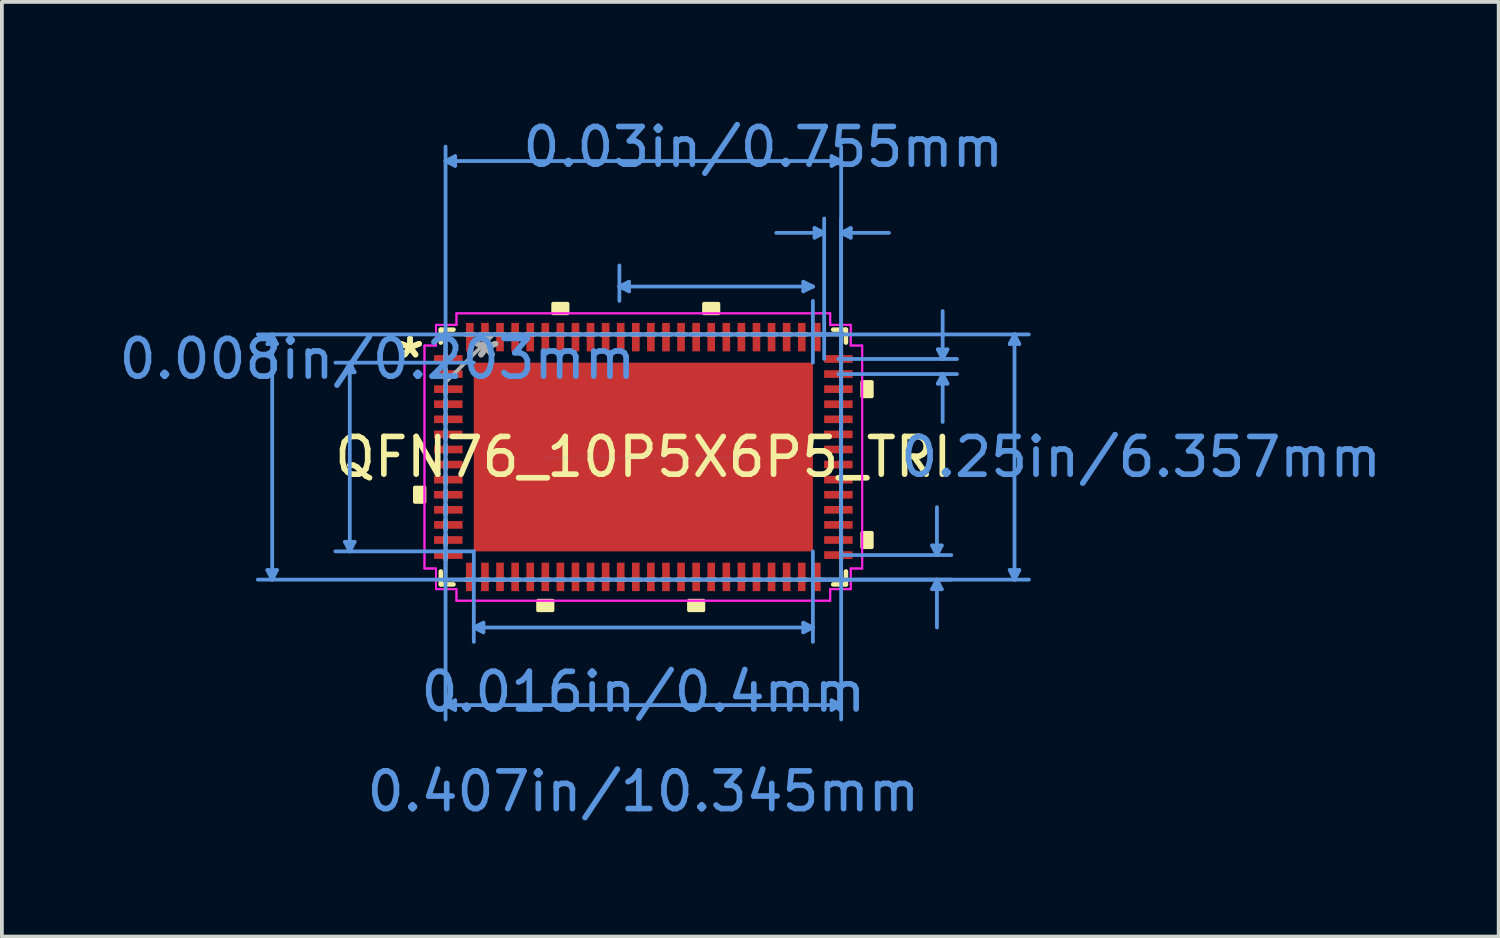
<source format=kicad_pcb>
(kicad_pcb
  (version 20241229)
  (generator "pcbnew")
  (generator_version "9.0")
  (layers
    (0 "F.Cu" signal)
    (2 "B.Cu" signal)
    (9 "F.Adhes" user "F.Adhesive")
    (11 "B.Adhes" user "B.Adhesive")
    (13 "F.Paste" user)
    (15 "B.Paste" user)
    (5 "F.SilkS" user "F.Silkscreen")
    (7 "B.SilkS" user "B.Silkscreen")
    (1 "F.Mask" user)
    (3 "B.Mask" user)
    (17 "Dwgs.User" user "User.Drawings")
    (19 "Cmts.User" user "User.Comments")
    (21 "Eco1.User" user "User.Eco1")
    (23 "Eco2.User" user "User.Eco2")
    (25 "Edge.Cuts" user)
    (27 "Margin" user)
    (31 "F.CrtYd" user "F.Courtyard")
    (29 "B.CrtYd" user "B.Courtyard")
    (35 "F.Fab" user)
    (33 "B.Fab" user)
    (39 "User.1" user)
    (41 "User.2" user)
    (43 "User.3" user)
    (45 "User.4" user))
  (footprint "QFN76_10P5X6P5_TRI"
    (layer "F.Cu")
    (at 14.01 9.069)
    (property "Reference" "QFN76_10P5X6P5_TRI" (at 0 0 0) (layer "F.SilkS") (effects (font (size 1 1) (thickness 0.15))))
    (attr through_hole)
    (fp_line (start -5.372 -3.378) (end -5.372 -3.034) (stroke (width 0.12) (type solid)) (layer "F.SilkS"))
    (fp_line (start -5.372 3.034) (end -5.372 3.378) (stroke (width 0.12) (type solid)) (layer "F.SilkS"))
    (fp_line (start -5.372 3.378) (end -5.034 3.378) (stroke (width 0.12) (type solid)) (layer "F.SilkS"))
    (fp_line (start -5.034 -3.378) (end -5.372 -3.378) (stroke (width 0.12) (type solid)) (layer "F.SilkS"))
    (fp_line (start 5.034 3.378) (end 5.372 3.378) (stroke (width 0.12) (type solid)) (layer "F.SilkS"))
    (fp_line (start 5.372 -3.378) (end 5.034 -3.378) (stroke (width 0.12) (type solid)) (layer "F.SilkS"))
    (fp_line (start 5.372 -3.034) (end 5.372 -3.378) (stroke (width 0.12) (type solid)) (layer "F.SilkS"))
    (fp_line (start 5.372 3.378) (end 5.372 3.034) (stroke (width 0.12) (type solid)) (layer "F.SilkS"))
    (fp_poly (pts (xy -6.058 0.81) (xy -6.058 1.191) (xy -5.804 1.191) (xy -5.804 0.81)) (stroke (width 0.1) (type solid)) (fill yes) (layer "F.SilkS"))
    (fp_poly (pts (xy -2.791 3.81) (xy -2.791 4.064) (xy -2.409 4.064) (xy -2.409 3.81)) (stroke (width 0.1) (type solid)) (fill yes) (layer "F.SilkS"))
    (fp_poly (pts (xy -2.391 -3.81) (xy -2.391 -4.064) (xy -2.01 -4.064) (xy -2.01 -3.81)) (stroke (width 0.1) (type solid)) (fill yes) (layer "F.SilkS"))
    (fp_poly (pts (xy 1.21 3.81) (xy 1.21 4.064) (xy 1.591 4.064) (xy 1.591 3.81)) (stroke (width 0.1) (type solid)) (fill yes) (layer "F.SilkS"))
    (fp_poly (pts (xy 1.609 -3.81) (xy 1.609 -4.064) (xy 1.99 -4.064) (xy 1.99 -3.81)) (stroke (width 0.1) (type solid)) (fill yes) (layer "F.SilkS"))
    (fp_poly (pts (xy 6.058 -1.99) (xy 6.058 -1.609) (xy 5.804 -1.609) (xy 5.804 -1.99)) (stroke (width 0.1) (type solid)) (fill yes) (layer "F.SilkS"))
    (fp_poly (pts (xy 6.058 2.01) (xy 6.058 2.391) (xy 5.804 2.391) (xy 5.804 2.01)) (stroke (width 0.1) (type solid)) (fill yes) (layer "F.SilkS"))
    (fp_line (start -9.969 -2.997) (end -9.715 -2.997) (stroke (width 0.1) (type solid)) (layer "Cmts.User"))
    (fp_line (start -9.969 2.997) (end -9.715 2.997) (stroke (width 0.1) (type solid)) (layer "Cmts.User"))
    (fp_line (start -9.842 -3.251) (end -9.969 -2.997) (stroke (width 0.1) (type solid)) (layer "Cmts.User"))
    (fp_line (start -9.842 -3.251) (end -9.842 3.251) (stroke (width 0.1) (type solid)) (layer "Cmts.User"))
    (fp_line (start -9.842 -3.251) (end -9.715 -2.997) (stroke (width 0.1) (type solid)) (layer "Cmts.User"))
    (fp_line (start -9.842 3.251) (end -9.969 2.997) (stroke (width 0.1) (type solid)) (layer "Cmts.User"))
    (fp_line (start -9.842 3.251) (end -9.715 2.997) (stroke (width 0.1) (type solid)) (layer "Cmts.User"))
    (fp_line (start -7.912 -2.248) (end -7.658 -2.248) (stroke (width 0.1) (type solid)) (layer "Cmts.User"))
    (fp_line (start -7.912 2.248) (end -7.658 2.248) (stroke (width 0.1) (type solid)) (layer "Cmts.User"))
    (fp_line (start -7.785 -2.502) (end -7.912 -2.248) (stroke (width 0.1) (type solid)) (layer "Cmts.User"))
    (fp_line (start -7.785 -2.502) (end -7.785 2.502) (stroke (width 0.1) (type solid)) (layer "Cmts.User"))
    (fp_line (start -7.785 -2.502) (end -7.658 -2.248) (stroke (width 0.1) (type solid)) (layer "Cmts.User"))
    (fp_line (start -7.785 2.502) (end -7.912 2.248) (stroke (width 0.1) (type solid)) (layer "Cmts.User"))
    (fp_line (start -7.785 2.502) (end -7.658 2.248) (stroke (width 0.1) (type solid)) (layer "Cmts.User"))
    (fp_line (start -5.245 -7.849) (end -4.991 -7.976) (stroke (width 0.1) (type solid)) (layer "Cmts.User"))
    (fp_line (start -5.245 -7.849) (end -4.991 -7.722) (stroke (width 0.1) (type solid)) (layer "Cmts.User"))
    (fp_line (start -5.245 -7.849) (end 5.245 -7.849) (stroke (width 0.1) (type solid)) (layer "Cmts.User"))
    (fp_line (start -5.245 -3.251) (end -5.245 6.96) (stroke (width 0.1) (type solid)) (layer "Cmts.User"))
    (fp_line (start -5.245 -2.6) (end -5.245 -8.23) (stroke (width 0.1) (type solid)) (layer "Cmts.User"))
    (fp_line (start -5.245 6.579) (end -4.991 6.452) (stroke (width 0.1) (type solid)) (layer "Cmts.User"))
    (fp_line (start -5.245 6.579) (end -4.991 6.706) (stroke (width 0.1) (type solid)) (layer "Cmts.User"))
    (fp_line (start -5.245 6.579) (end 5.245 6.579) (stroke (width 0.1) (type solid)) (layer "Cmts.User"))
    (fp_line (start -4.991 -7.976) (end -4.991 -7.722) (stroke (width 0.1) (type solid)) (layer "Cmts.User"))
    (fp_line (start -4.991 6.452) (end -4.991 6.706) (stroke (width 0.1) (type solid)) (layer "Cmts.User"))
    (fp_line (start -4.496 -2.502) (end -8.166 -2.502) (stroke (width 0.1) (type solid)) (layer "Cmts.User"))
    (fp_line (start -4.496 2.502) (end -8.166 2.502) (stroke (width 0.1) (type solid)) (layer "Cmts.User"))
    (fp_line (start -4.496 2.502) (end -4.496 4.902) (stroke (width 0.1) (type solid)) (layer "Cmts.User"))
    (fp_line (start -4.496 4.521) (end -4.242 4.394) (stroke (width 0.1) (type solid)) (layer "Cmts.User"))
    (fp_line (start -4.496 4.521) (end -4.242 4.648) (stroke (width 0.1) (type solid)) (layer "Cmts.User"))
    (fp_line (start -4.496 4.521) (end 4.496 4.521) (stroke (width 0.1) (type solid)) (layer "Cmts.User"))
    (fp_line (start -4.242 4.394) (end -4.242 4.648) (stroke (width 0.1) (type solid)) (layer "Cmts.User"))
    (fp_line (start -0.635 -5.08) (end -0.635 -4.14) (stroke (width 0.1) (type solid)) (layer "Cmts.User"))
    (fp_line (start -0.635 -4.521) (end -0.381 -4.648) (stroke (width 0.1) (type solid)) (layer "Cmts.User"))
    (fp_line (start -0.635 -4.521) (end -0.381 -4.394) (stroke (width 0.1) (type solid)) (layer "Cmts.User"))
    (fp_line (start -0.635 -4.521) (end 4.496 -4.521) (stroke (width 0.1) (type solid)) (layer "Cmts.User"))
    (fp_line (start -0.381 -4.648) (end -0.381 -4.394) (stroke (width 0.1) (type solid)) (layer "Cmts.User"))
    (fp_line (start 4.242 -4.648) (end 4.242 -4.394) (stroke (width 0.1) (type solid)) (layer "Cmts.User"))
    (fp_line (start 4.242 4.394) (end 4.242 4.648) (stroke (width 0.1) (type solid)) (layer "Cmts.User"))
    (fp_line (start 4.496 -4.521) (end 4.242 -4.648) (stroke (width 0.1) (type solid)) (layer "Cmts.User"))
    (fp_line (start 4.496 -4.521) (end 4.242 -4.394) (stroke (width 0.1) (type solid)) (layer "Cmts.User"))
    (fp_line (start 4.496 -2.502) (end 4.496 -4.14) (stroke (width 0.1) (type solid)) (layer "Cmts.User"))
    (fp_line (start 4.496 2.502) (end 4.496 4.902) (stroke (width 0.1) (type solid)) (layer "Cmts.User"))
    (fp_line (start 4.496 4.521) (end 4.242 4.394) (stroke (width 0.1) (type solid)) (layer "Cmts.User"))
    (fp_line (start 4.496 4.521) (end 4.242 4.648) (stroke (width 0.1) (type solid)) (layer "Cmts.User"))
    (fp_line (start 4.541 -6.071) (end 4.541 -5.817) (stroke (width 0.1) (type solid)) (layer "Cmts.User"))
    (fp_line (start 4.6 -3.251) (end 10.223 -3.251) (stroke (width 0.1) (type solid)) (layer "Cmts.User"))
    (fp_line (start 4.6 3.251) (end 8.166 3.251) (stroke (width 0.1) (type solid)) (layer "Cmts.User"))
    (fp_line (start 4.6 3.251) (end 10.223 3.251) (stroke (width 0.1) (type solid)) (layer "Cmts.User"))
    (fp_line (start 4.795 -5.944) (end 3.525 -5.944) (stroke (width 0.1) (type solid)) (layer "Cmts.User"))
    (fp_line (start 4.795 -5.944) (end 4.541 -6.071) (stroke (width 0.1) (type solid)) (layer "Cmts.User"))
    (fp_line (start 4.795 -5.944) (end 4.541 -5.817) (stroke (width 0.1) (type solid)) (layer "Cmts.User"))
    (fp_line (start 4.795 -2.6) (end 4.795 -6.325) (stroke (width 0.1) (type solid)) (layer "Cmts.User"))
    (fp_line (start 4.991 -7.976) (end 4.991 -7.722) (stroke (width 0.1) (type solid)) (layer "Cmts.User"))
    (fp_line (start 4.991 6.452) (end 4.991 6.706) (stroke (width 0.1) (type solid)) (layer "Cmts.User"))
    (fp_line (start 5.172 -2.6) (end 8.318 -2.6) (stroke (width 0.1) (type solid)) (layer "Cmts.User"))
    (fp_line (start 5.172 -2.2) (end 8.318 -2.2) (stroke (width 0.1) (type solid)) (layer "Cmts.User"))
    (fp_line (start 5.245 -7.849) (end 4.991 -7.976) (stroke (width 0.1) (type solid)) (layer "Cmts.User"))
    (fp_line (start 5.245 -7.849) (end 4.991 -7.722) (stroke (width 0.1) (type solid)) (layer "Cmts.User"))
    (fp_line (start 5.245 -5.944) (end 5.499 -6.071) (stroke (width 0.1) (type solid)) (layer "Cmts.User"))
    (fp_line (start 5.245 -5.944) (end 5.499 -5.817) (stroke (width 0.1) (type solid)) (layer "Cmts.User"))
    (fp_line (start 5.245 -5.944) (end 6.515 -5.944) (stroke (width 0.1) (type solid)) (layer "Cmts.User"))
    (fp_line (start 5.245 -3.251) (end -10.223 -3.251) (stroke (width 0.1) (type solid)) (layer "Cmts.User"))
    (fp_line (start 5.245 -3.251) (end 5.245 6.96) (stroke (width 0.1) (type solid)) (layer "Cmts.User"))
    (fp_line (start 5.245 -2.6) (end 5.245 -8.23) (stroke (width 0.1) (type solid)) (layer "Cmts.User"))
    (fp_line (start 5.245 -2.6) (end 5.245 -6.325) (stroke (width 0.1) (type solid)) (layer "Cmts.User"))
    (fp_line (start 5.245 2.6) (end 8.166 2.6) (stroke (width 0.1) (type solid)) (layer "Cmts.User"))
    (fp_line (start 5.245 3.251) (end -10.223 3.251) (stroke (width 0.1) (type solid)) (layer "Cmts.User"))
    (fp_line (start 5.245 6.579) (end 4.991 6.452) (stroke (width 0.1) (type solid)) (layer "Cmts.User"))
    (fp_line (start 5.245 6.579) (end 4.991 6.706) (stroke (width 0.1) (type solid)) (layer "Cmts.User"))
    (fp_line (start 5.499 -6.071) (end 5.499 -5.817) (stroke (width 0.1) (type solid)) (layer "Cmts.User"))
    (fp_line (start 7.658 2.346) (end 7.912 2.346) (stroke (width 0.1) (type solid)) (layer "Cmts.User"))
    (fp_line (start 7.658 3.505) (end 7.912 3.505) (stroke (width 0.1) (type solid)) (layer "Cmts.User"))
    (fp_line (start 7.785 2.6) (end 7.658 2.346) (stroke (width 0.1) (type solid)) (layer "Cmts.User"))
    (fp_line (start 7.785 2.6) (end 7.785 1.33) (stroke (width 0.1) (type solid)) (layer "Cmts.User"))
    (fp_line (start 7.785 2.6) (end 7.912 2.346) (stroke (width 0.1) (type solid)) (layer "Cmts.User"))
    (fp_line (start 7.785 3.251) (end 7.658 3.505) (stroke (width 0.1) (type solid)) (layer "Cmts.User"))
    (fp_line (start 7.785 3.251) (end 7.785 4.521) (stroke (width 0.1) (type solid)) (layer "Cmts.User"))
    (fp_line (start 7.785 3.251) (end 7.912 3.505) (stroke (width 0.1) (type solid)) (layer "Cmts.User"))
    (fp_line (start 7.81 -2.854) (end 8.064 -2.854) (stroke (width 0.1) (type solid)) (layer "Cmts.User"))
    (fp_line (start 7.81 -1.946) (end 8.064 -1.946) (stroke (width 0.1) (type solid)) (layer "Cmts.User"))
    (fp_line (start 7.937 -2.6) (end 7.81 -2.854) (stroke (width 0.1) (type solid)) (layer "Cmts.User"))
    (fp_line (start 7.937 -2.6) (end 7.937 -3.87) (stroke (width 0.1) (type solid)) (layer "Cmts.User"))
    (fp_line (start 7.937 -2.6) (end 8.064 -2.854) (stroke (width 0.1) (type solid)) (layer "Cmts.User"))
    (fp_line (start 7.937 -2.2) (end 7.81 -1.946) (stroke (width 0.1) (type solid)) (layer "Cmts.User"))
    (fp_line (start 7.937 -2.2) (end 7.937 -0.93) (stroke (width 0.1) (type solid)) (layer "Cmts.User"))
    (fp_line (start 7.937 -2.2) (end 8.064 -1.946) (stroke (width 0.1) (type solid)) (layer "Cmts.User"))
    (fp_line (start 9.715 -2.997) (end 9.969 -2.997) (stroke (width 0.1) (type solid)) (layer "Cmts.User"))
    (fp_line (start 9.715 2.997) (end 9.969 2.997) (stroke (width 0.1) (type solid)) (layer "Cmts.User"))
    (fp_line (start 9.842 -3.251) (end 9.715 -2.997) (stroke (width 0.1) (type solid)) (layer "Cmts.User"))
    (fp_line (start 9.842 -3.251) (end 9.842 3.251) (stroke (width 0.1) (type solid)) (layer "Cmts.User"))
    (fp_line (start 9.842 -3.251) (end 9.969 -2.997) (stroke (width 0.1) (type solid)) (layer "Cmts.User"))
    (fp_line (start 9.842 3.251) (end 9.715 2.997) (stroke (width 0.1) (type solid)) (layer "Cmts.User"))
    (fp_line (start 9.842 3.251) (end 9.969 2.997) (stroke (width 0.1) (type solid)) (layer "Cmts.User"))
    (fp_line (start -5.804 -2.956) (end -5.499 -2.956) (stroke (width 0.05) (type solid)) (layer "F.CrtYd"))
    (fp_line (start -5.804 -2.956) (end -5.499 -2.956) (stroke (width 0.05) (type solid)) (layer "F.CrtYd"))
    (fp_line (start -5.804 2.956) (end -5.804 -2.956) (stroke (width 0.05) (type solid)) (layer "F.CrtYd"))
    (fp_line (start -5.804 2.956) (end -5.804 -2.956) (stroke (width 0.05) (type solid)) (layer "F.CrtYd"))
    (fp_line (start -5.499 -3.505) (end -4.956 -3.505) (stroke (width 0.05) (type solid)) (layer "F.CrtYd"))
    (fp_line (start -5.499 -3.505) (end -4.956 -3.505) (stroke (width 0.05) (type solid)) (layer "F.CrtYd"))
    (fp_line (start -5.499 -2.956) (end -5.499 -3.505) (stroke (width 0.05) (type solid)) (layer "F.CrtYd"))
    (fp_line (start -5.499 -2.956) (end -5.499 -3.505) (stroke (width 0.05) (type solid)) (layer "F.CrtYd"))
    (fp_line (start -5.499 2.956) (end -5.804 2.956) (stroke (width 0.05) (type solid)) (layer "F.CrtYd"))
    (fp_line (start -5.499 2.956) (end -5.804 2.956) (stroke (width 0.05) (type solid)) (layer "F.CrtYd"))
    (fp_line (start -5.499 3.505) (end -5.499 2.956) (stroke (width 0.05) (type solid)) (layer "F.CrtYd"))
    (fp_line (start -5.499 3.505) (end -5.499 2.956) (stroke (width 0.05) (type solid)) (layer "F.CrtYd"))
    (fp_line (start -4.956 -3.81) (end 4.956 -3.81) (stroke (width 0.05) (type solid)) (layer "F.CrtYd"))
    (fp_line (start -4.956 -3.81) (end 4.956 -3.81) (stroke (width 0.05) (type solid)) (layer "F.CrtYd"))
    (fp_line (start -4.956 -3.505) (end -4.956 -3.81) (stroke (width 0.05) (type solid)) (layer "F.CrtYd"))
    (fp_line (start -4.956 -3.505) (end -4.956 -3.81) (stroke (width 0.05) (type solid)) (layer "F.CrtYd"))
    (fp_line (start -4.956 3.505) (end -5.499 3.505) (stroke (width 0.05) (type solid)) (layer "F.CrtYd"))
    (fp_line (start -4.956 3.505) (end -5.499 3.505) (stroke (width 0.05) (type solid)) (layer "F.CrtYd"))
    (fp_line (start -4.956 3.81) (end -4.956 3.505) (stroke (width 0.05) (type solid)) (layer "F.CrtYd"))
    (fp_line (start -4.956 3.81) (end -4.956 3.505) (stroke (width 0.05) (type solid)) (layer "F.CrtYd"))
    (fp_line (start 4.956 -3.81) (end 4.956 -3.505) (stroke (width 0.05) (type solid)) (layer "F.CrtYd"))
    (fp_line (start 4.956 -3.81) (end 4.956 -3.505) (stroke (width 0.05) (type solid)) (layer "F.CrtYd"))
    (fp_line (start 4.956 -3.505) (end 5.499 -3.505) (stroke (width 0.05) (type solid)) (layer "F.CrtYd"))
    (fp_line (start 4.956 -3.505) (end 5.499 -3.505) (stroke (width 0.05) (type solid)) (layer "F.CrtYd"))
    (fp_line (start 4.956 3.505) (end 4.956 3.81) (stroke (width 0.05) (type solid)) (layer "F.CrtYd"))
    (fp_line (start 4.956 3.505) (end 4.956 3.81) (stroke (width 0.05) (type solid)) (layer "F.CrtYd"))
    (fp_line (start 4.956 3.81) (end -4.956 3.81) (stroke (width 0.05) (type solid)) (layer "F.CrtYd"))
    (fp_line (start 4.956 3.81) (end -4.956 3.81) (stroke (width 0.05) (type solid)) (layer "F.CrtYd"))
    (fp_line (start 5.499 -3.505) (end 5.499 -2.956) (stroke (width 0.05) (type solid)) (layer "F.CrtYd"))
    (fp_line (start 5.499 -3.505) (end 5.499 -2.956) (stroke (width 0.05) (type solid)) (layer "F.CrtYd"))
    (fp_line (start 5.499 -2.956) (end 5.804 -2.956) (stroke (width 0.05) (type solid)) (layer "F.CrtYd"))
    (fp_line (start 5.499 -2.956) (end 5.804 -2.956) (stroke (width 0.05) (type solid)) (layer "F.CrtYd"))
    (fp_line (start 5.499 2.956) (end 5.499 3.505) (stroke (width 0.05) (type solid)) (layer "F.CrtYd"))
    (fp_line (start 5.499 2.956) (end 5.499 3.505) (stroke (width 0.05) (type solid)) (layer "F.CrtYd"))
    (fp_line (start 5.499 3.505) (end 4.956 3.505) (stroke (width 0.05) (type solid)) (layer "F.CrtYd"))
    (fp_line (start 5.499 3.505) (end 4.956 3.505) (stroke (width 0.05) (type solid)) (layer "F.CrtYd"))
    (fp_line (start 5.804 -2.956) (end 5.804 2.956) (stroke (width 0.05) (type solid)) (layer "F.CrtYd"))
    (fp_line (start 5.804 -2.956) (end 5.804 2.956) (stroke (width 0.05) (type solid)) (layer "F.CrtYd"))
    (fp_line (start 5.804 2.956) (end 5.499 2.956) (stroke (width 0.05) (type solid)) (layer "F.CrtYd"))
    (fp_line (start 5.804 2.956) (end 5.499 2.956) (stroke (width 0.05) (type solid)) (layer "F.CrtYd"))
    (fp_line (start -5.245 -3.251) (end -5.245 3.251) (stroke (width 0.1) (type solid)) (layer "F.Fab"))
    (fp_line (start -5.245 -2.727) (end -5.245 -2.727) (stroke (width 0.1) (type solid)) (layer "F.Fab"))
    (fp_line (start -5.245 -2.727) (end -5.245 -2.473) (stroke (width 0.1) (type solid)) (layer "F.Fab"))
    (fp_line (start -5.245 -2.473) (end -5.245 -2.727) (stroke (width 0.1) (type solid)) (layer "F.Fab"))
    (fp_line (start -5.245 -2.473) (end -5.245 -2.473) (stroke (width 0.1) (type solid)) (layer "F.Fab"))
    (fp_line (start -5.245 -2.327) (end -5.245 -2.327) (stroke (width 0.1) (type solid)) (layer "F.Fab"))
    (fp_line (start -5.245 -2.327) (end -5.245 -2.073) (stroke (width 0.1) (type solid)) (layer "F.Fab"))
    (fp_line (start -5.245 -2.073) (end -5.245 -2.327) (stroke (width 0.1) (type solid)) (layer "F.Fab"))
    (fp_line (start -5.245 -2.073) (end -5.245 -2.073) (stroke (width 0.1) (type solid)) (layer "F.Fab"))
    (fp_line (start -5.245 -1.981) (end -3.975 -3.251) (stroke (width 0.1) (type solid)) (layer "F.Fab"))
    (fp_line (start -5.245 -1.927) (end -5.245 -1.927) (stroke (width 0.1) (type solid)) (layer "F.Fab"))
    (fp_line (start -5.245 -1.927) (end -5.245 -1.673) (stroke (width 0.1) (type solid)) (layer "F.Fab"))
    (fp_line (start -5.245 -1.673) (end -5.245 -1.927) (stroke (width 0.1) (type solid)) (layer "F.Fab"))
    (fp_line (start -5.245 -1.673) (end -5.245 -1.673) (stroke (width 0.1) (type solid)) (layer "F.Fab"))
    (fp_line (start -5.245 -1.527) (end -5.245 -1.527) (stroke (width 0.1) (type solid)) (layer "F.Fab"))
    (fp_line (start -5.245 -1.527) (end -5.245 -1.273) (stroke (width 0.1) (type solid)) (layer "F.Fab"))
    (fp_line (start -5.245 -1.273) (end -5.245 -1.527) (stroke (width 0.1) (type solid)) (layer "F.Fab"))
    (fp_line (start -5.245 -1.273) (end -5.245 -1.273) (stroke (width 0.1) (type solid)) (layer "F.Fab"))
    (fp_line (start -5.245 -1.127) (end -5.245 -1.127) (stroke (width 0.1) (type solid)) (layer "F.Fab"))
    (fp_line (start -5.245 -1.127) (end -5.245 -0.873) (stroke (width 0.1) (type solid)) (layer "F.Fab"))
    (fp_line (start -5.245 -0.873) (end -5.245 -1.127) (stroke (width 0.1) (type solid)) (layer "F.Fab"))
    (fp_line (start -5.245 -0.873) (end -5.245 -0.873) (stroke (width 0.1) (type solid)) (layer "F.Fab"))
    (fp_line (start -5.245 -0.727) (end -5.245 -0.727) (stroke (width 0.1) (type solid)) (layer "F.Fab"))
    (fp_line (start -5.245 -0.727) (end -5.245 -0.473) (stroke (width 0.1) (type solid)) (layer "F.Fab"))
    (fp_line (start -5.245 -0.473) (end -5.245 -0.727) (stroke (width 0.1) (type solid)) (layer "F.Fab"))
    (fp_line (start -5.245 -0.473) (end -5.245 -0.473) (stroke (width 0.1) (type solid)) (layer "F.Fab"))
    (fp_line (start -5.245 -0.327) (end -5.245 -0.327) (stroke (width 0.1) (type solid)) (layer "F.Fab"))
    (fp_line (start -5.245 -0.327) (end -5.245 -0.073) (stroke (width 0.1) (type solid)) (layer "F.Fab"))
    (fp_line (start -5.245 -0.073) (end -5.245 -0.327) (stroke (width 0.1) (type solid)) (layer "F.Fab"))
    (fp_line (start -5.245 -0.073) (end -5.245 -0.073) (stroke (width 0.1) (type solid)) (layer "F.Fab"))
    (fp_line (start -5.245 0.073) (end -5.245 0.073) (stroke (width 0.1) (type solid)) (layer "F.Fab"))
    (fp_line (start -5.245 0.073) (end -5.245 0.327) (stroke (width 0.1) (type solid)) (layer "F.Fab"))
    (fp_line (start -5.245 0.327) (end -5.245 0.073) (stroke (width 0.1) (type solid)) (layer "F.Fab"))
    (fp_line (start -5.245 0.327) (end -5.245 0.327) (stroke (width 0.1) (type solid)) (layer "F.Fab"))
    (fp_line (start -5.245 0.473) (end -5.245 0.473) (stroke (width 0.1) (type solid)) (layer "F.Fab"))
    (fp_line (start -5.245 0.473) (end -5.245 0.727) (stroke (width 0.1) (type solid)) (layer "F.Fab"))
    (fp_line (start -5.245 0.727) (end -5.245 0.473) (stroke (width 0.1) (type solid)) (layer "F.Fab"))
    (fp_line (start -5.245 0.727) (end -5.245 0.727) (stroke (width 0.1) (type solid)) (layer "F.Fab"))
    (fp_line (start -5.245 0.873) (end -5.245 0.873) (stroke (width 0.1) (type solid)) (layer "F.Fab"))
    (fp_line (start -5.245 0.873) (end -5.245 1.127) (stroke (width 0.1) (type solid)) (layer "F.Fab"))
    (fp_line (start -5.245 1.127) (end -5.245 0.873) (stroke (width 0.1) (type solid)) (layer "F.Fab"))
    (fp_line (start -5.245 1.127) (end -5.245 1.127) (stroke (width 0.1) (type solid)) (layer "F.Fab"))
    (fp_line (start -5.245 1.273) (end -5.245 1.273) (stroke (width 0.1) (type solid)) (layer "F.Fab"))
    (fp_line (start -5.245 1.273) (end -5.245 1.527) (stroke (width 0.1) (type solid)) (layer "F.Fab"))
    (fp_line (start -5.245 1.527) (end -5.245 1.273) (stroke (width 0.1) (type solid)) (layer "F.Fab"))
    (fp_line (start -5.245 1.527) (end -5.245 1.527) (stroke (width 0.1) (type solid)) (layer "F.Fab"))
    (fp_line (start -5.245 1.673) (end -5.245 1.673) (stroke (width 0.1) (type solid)) (layer "F.Fab"))
    (fp_line (start -5.245 1.673) (end -5.245 1.927) (stroke (width 0.1) (type solid)) (layer "F.Fab"))
    (fp_line (start -5.245 1.927) (end -5.245 1.673) (stroke (width 0.1) (type solid)) (layer "F.Fab"))
    (fp_line (start -5.245 1.927) (end -5.245 1.927) (stroke (width 0.1) (type solid)) (layer "F.Fab"))
    (fp_line (start -5.245 2.073) (end -5.245 2.073) (stroke (width 0.1) (type solid)) (layer "F.Fab"))
    (fp_line (start -5.245 2.073) (end -5.245 2.327) (stroke (width 0.1) (type solid)) (layer "F.Fab"))
    (fp_line (start -5.245 2.327) (end -5.245 2.073) (stroke (width 0.1) (type solid)) (layer "F.Fab"))
    (fp_line (start -5.245 2.327) (end -5.245 2.327) (stroke (width 0.1) (type solid)) (layer "F.Fab"))
    (fp_line (start -5.245 2.473) (end -5.245 2.473) (stroke (width 0.1) (type solid)) (layer "F.Fab"))
    (fp_line (start -5.245 2.473) (end -5.245 2.727) (stroke (width 0.1) (type solid)) (layer "F.Fab"))
    (fp_line (start -5.245 2.727) (end -5.245 2.473) (stroke (width 0.1) (type solid)) (layer "F.Fab"))
    (fp_line (start -5.245 2.727) (end -5.245 2.727) (stroke (width 0.1) (type solid)) (layer "F.Fab"))
    (fp_line (start -5.245 3.251) (end 5.245 3.251) (stroke (width 0.1) (type solid)) (layer "F.Fab"))
    (fp_line (start -4.727 -3.251) (end -4.727 -3.251) (stroke (width 0.1) (type solid)) (layer "F.Fab"))
    (fp_line (start -4.727 -3.251) (end -4.473 -3.251) (stroke (width 0.1) (type solid)) (layer "F.Fab"))
    (fp_line (start -4.727 3.251) (end -4.727 3.251) (stroke (width 0.1) (type solid)) (layer "F.Fab"))
    (fp_line (start -4.727 3.251) (end -4.473 3.251) (stroke (width 0.1) (type solid)) (layer "F.Fab"))
    (fp_line (start -4.473 -3.251) (end -4.727 -3.251) (stroke (width 0.1) (type solid)) (layer "F.Fab"))
    (fp_line (start -4.473 -3.251) (end -4.473 -3.251) (stroke (width 0.1) (type solid)) (layer "F.Fab"))
    (fp_line (start -4.473 3.251) (end -4.727 3.251) (stroke (width 0.1) (type solid)) (layer "F.Fab"))
    (fp_line (start -4.473 3.251) (end -4.473 3.251) (stroke (width 0.1) (type solid)) (layer "F.Fab"))
    (fp_line (start -4.327 -3.251) (end -4.327 -3.251) (stroke (width 0.1) (type solid)) (layer "F.Fab"))
    (fp_line (start -4.327 -3.251) (end -4.073 -3.251) (stroke (width 0.1) (type solid)) (layer "F.Fab"))
    (fp_line (start -4.327 3.251) (end -4.327 3.251) (stroke (width 0.1) (type solid)) (layer "F.Fab"))
    (fp_line (start -4.327 3.251) (end -4.073 3.251) (stroke (width 0.1) (type solid)) (layer "F.Fab"))
    (fp_line (start -4.073 -3.251) (end -4.327 -3.251) (stroke (width 0.1) (type solid)) (layer "F.Fab"))
    (fp_line (start -4.073 -3.251) (end -4.073 -3.251) (stroke (width 0.1) (type solid)) (layer "F.Fab"))
    (fp_line (start -4.073 3.251) (end -4.327 3.251) (stroke (width 0.1) (type solid)) (layer "F.Fab"))
    (fp_line (start -4.073 3.251) (end -4.073 3.251) (stroke (width 0.1) (type solid)) (layer "F.Fab"))
    (fp_line (start -3.927 -3.251) (end -3.927 -3.251) (stroke (width 0.1) (type solid)) (layer "F.Fab"))
    (fp_line (start -3.927 -3.251) (end -3.673 -3.251) (stroke (width 0.1) (type solid)) (layer "F.Fab"))
    (fp_line (start -3.927 3.251) (end -3.927 3.251) (stroke (width 0.1) (type solid)) (layer "F.Fab"))
    (fp_line (start -3.927 3.251) (end -3.673 3.251) (stroke (width 0.1) (type solid)) (layer "F.Fab"))
    (fp_line (start -3.673 -3.251) (end -3.927 -3.251) (stroke (width 0.1) (type solid)) (layer "F.Fab"))
    (fp_line (start -3.673 -3.251) (end -3.673 -3.251) (stroke (width 0.1) (type solid)) (layer "F.Fab"))
    (fp_line (start -3.673 3.251) (end -3.927 3.251) (stroke (width 0.1) (type solid)) (layer "F.Fab"))
    (fp_line (start -3.673 3.251) (end -3.673 3.251) (stroke (width 0.1) (type solid)) (layer "F.Fab"))
    (fp_line (start -3.527 -3.251) (end -3.527 -3.251) (stroke (width 0.1) (type solid)) (layer "F.Fab"))
    (fp_line (start -3.527 -3.251) (end -3.273 -3.251) (stroke (width 0.1) (type solid)) (layer "F.Fab"))
    (fp_line (start -3.527 3.251) (end -3.527 3.251) (stroke (width 0.1) (type solid)) (layer "F.Fab"))
    (fp_line (start -3.527 3.251) (end -3.273 3.251) (stroke (width 0.1) (type solid)) (layer "F.Fab"))
    (fp_line (start -3.273 -3.251) (end -3.527 -3.251) (stroke (width 0.1) (type solid)) (layer "F.Fab"))
    (fp_line (start -3.273 -3.251) (end -3.273 -3.251) (stroke (width 0.1) (type solid)) (layer "F.Fab"))
    (fp_line (start -3.273 3.251) (end -3.527 3.251) (stroke (width 0.1) (type solid)) (layer "F.Fab"))
    (fp_line (start -3.273 3.251) (end -3.273 3.251) (stroke (width 0.1) (type solid)) (layer "F.Fab"))
    (fp_line (start -3.127 -3.251) (end -3.127 -3.251) (stroke (width 0.1) (type solid)) (layer "F.Fab"))
    (fp_line (start -3.127 -3.251) (end -2.873 -3.251) (stroke (width 0.1) (type solid)) (layer "F.Fab"))
    (fp_line (start -3.127 3.251) (end -3.127 3.251) (stroke (width 0.1) (type solid)) (layer "F.Fab"))
    (fp_line (start -3.127 3.251) (end -2.873 3.251) (stroke (width 0.1) (type solid)) (layer "F.Fab"))
    (fp_line (start -2.873 -3.251) (end -3.127 -3.251) (stroke (width 0.1) (type solid)) (layer "F.Fab"))
    (fp_line (start -2.873 -3.251) (end -2.873 -3.251) (stroke (width 0.1) (type solid)) (layer "F.Fab"))
    (fp_line (start -2.873 3.251) (end -3.127 3.251) (stroke (width 0.1) (type solid)) (layer "F.Fab"))
    (fp_line (start -2.873 3.251) (end -2.873 3.251) (stroke (width 0.1) (type solid)) (layer "F.Fab"))
    (fp_line (start -2.727 -3.251) (end -2.727 -3.251) (stroke (width 0.1) (type solid)) (layer "F.Fab"))
    (fp_line (start -2.727 -3.251) (end -2.473 -3.251) (stroke (width 0.1) (type solid)) (layer "F.Fab"))
    (fp_line (start -2.727 3.251) (end -2.727 3.251) (stroke (width 0.1) (type solid)) (layer "F.Fab"))
    (fp_line (start -2.727 3.251) (end -2.473 3.251) (stroke (width 0.1) (type solid)) (layer "F.Fab"))
    (fp_line (start -2.473 -3.251) (end -2.727 -3.251) (stroke (width 0.1) (type solid)) (layer "F.Fab"))
    (fp_line (start -2.473 -3.251) (end -2.473 -3.251) (stroke (width 0.1) (type solid)) (layer "F.Fab"))
    (fp_line (start -2.473 3.251) (end -2.727 3.251) (stroke (width 0.1) (type solid)) (layer "F.Fab"))
    (fp_line (start -2.473 3.251) (end -2.473 3.251) (stroke (width 0.1) (type solid)) (layer "F.Fab"))
    (fp_line (start -2.327 -3.251) (end -2.327 -3.251) (stroke (width 0.1) (type solid)) (layer "F.Fab"))
    (fp_line (start -2.327 -3.251) (end -2.073 -3.251) (stroke (width 0.1) (type solid)) (layer "F.Fab"))
    (fp_line (start -2.327 3.251) (end -2.327 3.251) (stroke (width 0.1) (type solid)) (layer "F.Fab"))
    (fp_line (start -2.327 3.251) (end -2.073 3.251) (stroke (width 0.1) (type solid)) (layer "F.Fab"))
    (fp_line (start -2.073 -3.251) (end -2.327 -3.251) (stroke (width 0.1) (type solid)) (layer "F.Fab"))
    (fp_line (start -2.073 -3.251) (end -2.073 -3.251) (stroke (width 0.1) (type solid)) (layer "F.Fab"))
    (fp_line (start -2.073 3.251) (end -2.327 3.251) (stroke (width 0.1) (type solid)) (layer "F.Fab"))
    (fp_line (start -2.073 3.251) (end -2.073 3.251) (stroke (width 0.1) (type solid)) (layer "F.Fab"))
    (fp_line (start -1.927 -3.251) (end -1.927 -3.251) (stroke (width 0.1) (type solid)) (layer "F.Fab"))
    (fp_line (start -1.927 -3.251) (end -1.673 -3.251) (stroke (width 0.1) (type solid)) (layer "F.Fab"))
    (fp_line (start -1.927 3.251) (end -1.927 3.251) (stroke (width 0.1) (type solid)) (layer "F.Fab"))
    (fp_line (start -1.927 3.251) (end -1.673 3.251) (stroke (width 0.1) (type solid)) (layer "F.Fab"))
    (fp_line (start -1.673 -3.251) (end -1.927 -3.251) (stroke (width 0.1) (type solid)) (layer "F.Fab"))
    (fp_line (start -1.673 -3.251) (end -1.673 -3.251) (stroke (width 0.1) (type solid)) (layer "F.Fab"))
    (fp_line (start -1.673 3.251) (end -1.927 3.251) (stroke (width 0.1) (type solid)) (layer "F.Fab"))
    (fp_line (start -1.673 3.251) (end -1.673 3.251) (stroke (width 0.1) (type solid)) (layer "F.Fab"))
    (fp_line (start -1.527 -3.251) (end -1.527 -3.251) (stroke (width 0.1) (type solid)) (layer "F.Fab"))
    (fp_line (start -1.527 -3.251) (end -1.273 -3.251) (stroke (width 0.1) (type solid)) (layer "F.Fab"))
    (fp_line (start -1.527 3.251) (end -1.527 3.251) (stroke (width 0.1) (type solid)) (layer "F.Fab"))
    (fp_line (start -1.527 3.251) (end -1.273 3.251) (stroke (width 0.1) (type solid)) (layer "F.Fab"))
    (fp_line (start -1.273 -3.251) (end -1.527 -3.251) (stroke (width 0.1) (type solid)) (layer "F.Fab"))
    (fp_line (start -1.273 -3.251) (end -1.273 -3.251) (stroke (width 0.1) (type solid)) (layer "F.Fab"))
    (fp_line (start -1.273 3.251) (end -1.527 3.251) (stroke (width 0.1) (type solid)) (layer "F.Fab"))
    (fp_line (start -1.273 3.251) (end -1.273 3.251) (stroke (width 0.1) (type solid)) (layer "F.Fab"))
    (fp_line (start -1.127 -3.251) (end -1.127 -3.251) (stroke (width 0.1) (type solid)) (layer "F.Fab"))
    (fp_line (start -1.127 -3.251) (end -0.873 -3.251) (stroke (width 0.1) (type solid)) (layer "F.Fab"))
    (fp_line (start -1.127 3.251) (end -1.127 3.251) (stroke (width 0.1) (type solid)) (layer "F.Fab"))
    (fp_line (start -1.127 3.251) (end -0.873 3.251) (stroke (width 0.1) (type solid)) (layer "F.Fab"))
    (fp_line (start -0.873 -3.251) (end -1.127 -3.251) (stroke (width 0.1) (type solid)) (layer "F.Fab"))
    (fp_line (start -0.873 -3.251) (end -0.873 -3.251) (stroke (width 0.1) (type solid)) (layer "F.Fab"))
    (fp_line (start -0.873 3.251) (end -1.127 3.251) (stroke (width 0.1) (type solid)) (layer "F.Fab"))
    (fp_line (start -0.873 3.251) (end -0.873 3.251) (stroke (width 0.1) (type solid)) (layer "F.Fab"))
    (fp_line (start -0.727 -3.251) (end -0.727 -3.251) (stroke (width 0.1) (type solid)) (layer "F.Fab"))
    (fp_line (start -0.727 -3.251) (end -0.473 -3.251) (stroke (width 0.1) (type solid)) (layer "F.Fab"))
    (fp_line (start -0.727 3.251) (end -0.727 3.251) (stroke (width 0.1) (type solid)) (layer "F.Fab"))
    (fp_line (start -0.727 3.251) (end -0.473 3.251) (stroke (width 0.1) (type solid)) (layer "F.Fab"))
    (fp_line (start -0.473 -3.251) (end -0.727 -3.251) (stroke (width 0.1) (type solid)) (layer "F.Fab"))
    (fp_line (start -0.473 -3.251) (end -0.473 -3.251) (stroke (width 0.1) (type solid)) (layer "F.Fab"))
    (fp_line (start -0.473 3.251) (end -0.727 3.251) (stroke (width 0.1) (type solid)) (layer "F.Fab"))
    (fp_line (start -0.473 3.251) (end -0.473 3.251) (stroke (width 0.1) (type solid)) (layer "F.Fab"))
    (fp_line (start -0.327 -3.251) (end -0.327 -3.251) (stroke (width 0.1) (type solid)) (layer "F.Fab"))
    (fp_line (start -0.327 -3.251) (end -0.073 -3.251) (stroke (width 0.1) (type solid)) (layer "F.Fab"))
    (fp_line (start -0.327 3.251) (end -0.327 3.251) (stroke (width 0.1) (type solid)) (layer "F.Fab"))
    (fp_line (start -0.327 3.251) (end -0.073 3.251) (stroke (width 0.1) (type solid)) (layer "F.Fab"))
    (fp_line (start -0.073 -3.251) (end -0.327 -3.251) (stroke (width 0.1) (type solid)) (layer "F.Fab"))
    (fp_line (start -0.073 -3.251) (end -0.073 -3.251) (stroke (width 0.1) (type solid)) (layer "F.Fab"))
    (fp_line (start -0.073 3.251) (end -0.327 3.251) (stroke (width 0.1) (type solid)) (layer "F.Fab"))
    (fp_line (start -0.073 3.251) (end -0.073 3.251) (stroke (width 0.1) (type solid)) (layer "F.Fab"))
    (fp_line (start 0.073 -3.251) (end 0.073 -3.251) (stroke (width 0.1) (type solid)) (layer "F.Fab"))
    (fp_line (start 0.073 -3.251) (end 0.327 -3.251) (stroke (width 0.1) (type solid)) (layer "F.Fab"))
    (fp_line (start 0.073 3.251) (end 0.073 3.251) (stroke (width 0.1) (type solid)) (layer "F.Fab"))
    (fp_line (start 0.073 3.251) (end 0.327 3.251) (stroke (width 0.1) (type solid)) (layer "F.Fab"))
    (fp_line (start 0.327 -3.251) (end 0.073 -3.251) (stroke (width 0.1) (type solid)) (layer "F.Fab"))
    (fp_line (start 0.327 -3.251) (end 0.327 -3.251) (stroke (width 0.1) (type solid)) (layer "F.Fab"))
    (fp_line (start 0.327 3.251) (end 0.073 3.251) (stroke (width 0.1) (type solid)) (layer "F.Fab"))
    (fp_line (start 0.327 3.251) (end 0.327 3.251) (stroke (width 0.1) (type solid)) (layer "F.Fab"))
    (fp_line (start 0.473 -3.251) (end 0.473 -3.251) (stroke (width 0.1) (type solid)) (layer "F.Fab"))
    (fp_line (start 0.473 -3.251) (end 0.727 -3.251) (stroke (width 0.1) (type solid)) (layer "F.Fab"))
    (fp_line (start 0.473 3.251) (end 0.473 3.251) (stroke (width 0.1) (type solid)) (layer "F.Fab"))
    (fp_line (start 0.473 3.251) (end 0.727 3.251) (stroke (width 0.1) (type solid)) (layer "F.Fab"))
    (fp_line (start 0.727 -3.251) (end 0.473 -3.251) (stroke (width 0.1) (type solid)) (layer "F.Fab"))
    (fp_line (start 0.727 -3.251) (end 0.727 -3.251) (stroke (width 0.1) (type solid)) (layer "F.Fab"))
    (fp_line (start 0.727 3.251) (end 0.473 3.251) (stroke (width 0.1) (type solid)) (layer "F.Fab"))
    (fp_line (start 0.727 3.251) (end 0.727 3.251) (stroke (width 0.1) (type solid)) (layer "F.Fab"))
    (fp_line (start 0.873 -3.251) (end 0.873 -3.251) (stroke (width 0.1) (type solid)) (layer "F.Fab"))
    (fp_line (start 0.873 -3.251) (end 1.127 -3.251) (stroke (width 0.1) (type solid)) (layer "F.Fab"))
    (fp_line (start 0.873 3.251) (end 0.873 3.251) (stroke (width 0.1) (type solid)) (layer "F.Fab"))
    (fp_line (start 0.873 3.251) (end 1.127 3.251) (stroke (width 0.1) (type solid)) (layer "F.Fab"))
    (fp_line (start 1.127 -3.251) (end 0.873 -3.251) (stroke (width 0.1) (type solid)) (layer "F.Fab"))
    (fp_line (start 1.127 -3.251) (end 1.127 -3.251) (stroke (width 0.1) (type solid)) (layer "F.Fab"))
    (fp_line (start 1.127 3.251) (end 0.873 3.251) (stroke (width 0.1) (type solid)) (layer "F.Fab"))
    (fp_line (start 1.127 3.251) (end 1.127 3.251) (stroke (width 0.1) (type solid)) (layer "F.Fab"))
    (fp_line (start 1.273 -3.251) (end 1.273 -3.251) (stroke (width 0.1) (type solid)) (layer "F.Fab"))
    (fp_line (start 1.273 -3.251) (end 1.527 -3.251) (stroke (width 0.1) (type solid)) (layer "F.Fab"))
    (fp_line (start 1.273 3.251) (end 1.273 3.251) (stroke (width 0.1) (type solid)) (layer "F.Fab"))
    (fp_line (start 1.273 3.251) (end 1.527 3.251) (stroke (width 0.1) (type solid)) (layer "F.Fab"))
    (fp_line (start 1.527 -3.251) (end 1.273 -3.251) (stroke (width 0.1) (type solid)) (layer "F.Fab"))
    (fp_line (start 1.527 -3.251) (end 1.527 -3.251) (stroke (width 0.1) (type solid)) (layer "F.Fab"))
    (fp_line (start 1.527 3.251) (end 1.273 3.251) (stroke (width 0.1) (type solid)) (layer "F.Fab"))
    (fp_line (start 1.527 3.251) (end 1.527 3.251) (stroke (width 0.1) (type solid)) (layer "F.Fab"))
    (fp_line (start 1.673 -3.251) (end 1.673 -3.251) (stroke (width 0.1) (type solid)) (layer "F.Fab"))
    (fp_line (start 1.673 -3.251) (end 1.927 -3.251) (stroke (width 0.1) (type solid)) (layer "F.Fab"))
    (fp_line (start 1.673 3.251) (end 1.673 3.251) (stroke (width 0.1) (type solid)) (layer "F.Fab"))
    (fp_line (start 1.673 3.251) (end 1.927 3.251) (stroke (width 0.1) (type solid)) (layer "F.Fab"))
    (fp_line (start 1.927 -3.251) (end 1.673 -3.251) (stroke (width 0.1) (type solid)) (layer "F.Fab"))
    (fp_line (start 1.927 -3.251) (end 1.927 -3.251) (stroke (width 0.1) (type solid)) (layer "F.Fab"))
    (fp_line (start 1.927 3.251) (end 1.673 3.251) (stroke (width 0.1) (type solid)) (layer "F.Fab"))
    (fp_line (start 1.927 3.251) (end 1.927 3.251) (stroke (width 0.1) (type solid)) (layer "F.Fab"))
    (fp_line (start 2.073 -3.251) (end 2.073 -3.251) (stroke (width 0.1) (type solid)) (layer "F.Fab"))
    (fp_line (start 2.073 -3.251) (end 2.327 -3.251) (stroke (width 0.1) (type solid)) (layer "F.Fab"))
    (fp_line (start 2.073 3.251) (end 2.073 3.251) (stroke (width 0.1) (type solid)) (layer "F.Fab"))
    (fp_line (start 2.073 3.251) (end 2.327 3.251) (stroke (width 0.1) (type solid)) (layer "F.Fab"))
    (fp_line (start 2.327 -3.251) (end 2.073 -3.251) (stroke (width 0.1) (type solid)) (layer "F.Fab"))
    (fp_line (start 2.327 -3.251) (end 2.327 -3.251) (stroke (width 0.1) (type solid)) (layer "F.Fab"))
    (fp_line (start 2.327 3.251) (end 2.073 3.251) (stroke (width 0.1) (type solid)) (layer "F.Fab"))
    (fp_line (start 2.327 3.251) (end 2.327 3.251) (stroke (width 0.1) (type solid)) (layer "F.Fab"))
    (fp_line (start 2.473 -3.251) (end 2.473 -3.251) (stroke (width 0.1) (type solid)) (layer "F.Fab"))
    (fp_line (start 2.473 -3.251) (end 2.727 -3.251) (stroke (width 0.1) (type solid)) (layer "F.Fab"))
    (fp_line (start 2.473 3.251) (end 2.473 3.251) (stroke (width 0.1) (type solid)) (layer "F.Fab"))
    (fp_line (start 2.473 3.251) (end 2.727 3.251) (stroke (width 0.1) (type solid)) (layer "F.Fab"))
    (fp_line (start 2.727 -3.251) (end 2.473 -3.251) (stroke (width 0.1) (type solid)) (layer "F.Fab"))
    (fp_line (start 2.727 -3.251) (end 2.727 -3.251) (stroke (width 0.1) (type solid)) (layer "F.Fab"))
    (fp_line (start 2.727 3.251) (end 2.473 3.251) (stroke (width 0.1) (type solid)) (layer "F.Fab"))
    (fp_line (start 2.727 3.251) (end 2.727 3.251) (stroke (width 0.1) (type solid)) (layer "F.Fab"))
    (fp_line (start 2.873 -3.251) (end 2.873 -3.251) (stroke (width 0.1) (type solid)) (layer "F.Fab"))
    (fp_line (start 2.873 -3.251) (end 3.127 -3.251) (stroke (width 0.1) (type solid)) (layer "F.Fab"))
    (fp_line (start 2.873 3.251) (end 2.873 3.251) (stroke (width 0.1) (type solid)) (layer "F.Fab"))
    (fp_line (start 2.873 3.251) (end 3.127 3.251) (stroke (width 0.1) (type solid)) (layer "F.Fab"))
    (fp_line (start 3.127 -3.251) (end 2.873 -3.251) (stroke (width 0.1) (type solid)) (layer "F.Fab"))
    (fp_line (start 3.127 -3.251) (end 3.127 -3.251) (stroke (width 0.1) (type solid)) (layer "F.Fab"))
    (fp_line (start 3.127 3.251) (end 2.873 3.251) (stroke (width 0.1) (type solid)) (layer "F.Fab"))
    (fp_line (start 3.127 3.251) (end 3.127 3.251) (stroke (width 0.1) (type solid)) (layer "F.Fab"))
    (fp_line (start 3.273 -3.251) (end 3.273 -3.251) (stroke (width 0.1) (type solid)) (layer "F.Fab"))
    (fp_line (start 3.273 -3.251) (end 3.527 -3.251) (stroke (width 0.1) (type solid)) (layer "F.Fab"))
    (fp_line (start 3.273 3.251) (end 3.273 3.251) (stroke (width 0.1) (type solid)) (layer "F.Fab"))
    (fp_line (start 3.273 3.251) (end 3.527 3.251) (stroke (width 0.1) (type solid)) (layer "F.Fab"))
    (fp_line (start 3.527 -3.251) (end 3.273 -3.251) (stroke (width 0.1) (type solid)) (layer "F.Fab"))
    (fp_line (start 3.527 -3.251) (end 3.527 -3.251) (stroke (width 0.1) (type solid)) (layer "F.Fab"))
    (fp_line (start 3.527 3.251) (end 3.273 3.251) (stroke (width 0.1) (type solid)) (layer "F.Fab"))
    (fp_line (start 3.527 3.251) (end 3.527 3.251) (stroke (width 0.1) (type solid)) (layer "F.Fab"))
    (fp_line (start 3.673 -3.251) (end 3.673 -3.251) (stroke (width 0.1) (type solid)) (layer "F.Fab"))
    (fp_line (start 3.673 -3.251) (end 3.927 -3.251) (stroke (width 0.1) (type solid)) (layer "F.Fab"))
    (fp_line (start 3.673 3.251) (end 3.673 3.251) (stroke (width 0.1) (type solid)) (layer "F.Fab"))
    (fp_line (start 3.673 3.251) (end 3.927 3.251) (stroke (width 0.1) (type solid)) (layer "F.Fab"))
    (fp_line (start 3.927 -3.251) (end 3.673 -3.251) (stroke (width 0.1) (type solid)) (layer "F.Fab"))
    (fp_line (start 3.927 -3.251) (end 3.927 -3.251) (stroke (width 0.1) (type solid)) (layer "F.Fab"))
    (fp_line (start 3.927 3.251) (end 3.673 3.251) (stroke (width 0.1) (type solid)) (layer "F.Fab"))
    (fp_line (start 3.927 3.251) (end 3.927 3.251) (stroke (width 0.1) (type solid)) (layer "F.Fab"))
    (fp_line (start 4.073 -3.251) (end 4.073 -3.251) (stroke (width 0.1) (type solid)) (layer "F.Fab"))
    (fp_line (start 4.073 -3.251) (end 4.327 -3.251) (stroke (width 0.1) (type solid)) (layer "F.Fab"))
    (fp_line (start 4.073 3.251) (end 4.073 3.251) (stroke (width 0.1) (type solid)) (layer "F.Fab"))
    (fp_line (start 4.073 3.251) (end 4.327 3.251) (stroke (width 0.1) (type solid)) (layer "F.Fab"))
    (fp_line (start 4.327 -3.251) (end 4.073 -3.251) (stroke (width 0.1) (type solid)) (layer "F.Fab"))
    (fp_line (start 4.327 -3.251) (end 4.327 -3.251) (stroke (width 0.1) (type solid)) (layer "F.Fab"))
    (fp_line (start 4.327 3.251) (end 4.073 3.251) (stroke (width 0.1) (type solid)) (layer "F.Fab"))
    (fp_line (start 4.327 3.251) (end 4.327 3.251) (stroke (width 0.1) (type solid)) (layer "F.Fab"))
    (fp_line (start 4.473 -3.251) (end 4.473 -3.251) (stroke (width 0.1) (type solid)) (layer "F.Fab"))
    (fp_line (start 4.473 -3.251) (end 4.727 -3.251) (stroke (width 0.1) (type solid)) (layer "F.Fab"))
    (fp_line (start 4.473 3.251) (end 4.473 3.251) (stroke (width 0.1) (type solid)) (layer "F.Fab"))
    (fp_line (start 4.473 3.251) (end 4.727 3.251) (stroke (width 0.1) (type solid)) (layer "F.Fab"))
    (fp_line (start 4.727 -3.251) (end 4.473 -3.251) (stroke (width 0.1) (type solid)) (layer "F.Fab"))
    (fp_line (start 4.727 -3.251) (end 4.727 -3.251) (stroke (width 0.1) (type solid)) (layer "F.Fab"))
    (fp_line (start 4.727 3.251) (end 4.473 3.251) (stroke (width 0.1) (type solid)) (layer "F.Fab"))
    (fp_line (start 4.727 3.251) (end 4.727 3.251) (stroke (width 0.1) (type solid)) (layer "F.Fab"))
    (fp_line (start 5.245 -3.251) (end -5.245 -3.251) (stroke (width 0.1) (type solid)) (layer "F.Fab"))
    (fp_line (start 5.245 -2.727) (end 5.245 -2.727) (stroke (width 0.1) (type solid)) (layer "F.Fab"))
    (fp_line (start 5.245 -2.727) (end 5.245 -2.473) (stroke (width 0.1) (type solid)) (layer "F.Fab"))
    (fp_line (start 5.245 -2.473) (end 5.245 -2.727) (stroke (width 0.1) (type solid)) (layer "F.Fab"))
    (fp_line (start 5.245 -2.473) (end 5.245 -2.473) (stroke (width 0.1) (type solid)) (layer "F.Fab"))
    (fp_line (start 5.245 -2.327) (end 5.245 -2.327) (stroke (width 0.1) (type solid)) (layer "F.Fab"))
    (fp_line (start 5.245 -2.327) (end 5.245 -2.073) (stroke (width 0.1) (type solid)) (layer "F.Fab"))
    (fp_line (start 5.245 -2.073) (end 5.245 -2.327) (stroke (width 0.1) (type solid)) (layer "F.Fab"))
    (fp_line (start 5.245 -2.073) (end 5.245 -2.073) (stroke (width 0.1) (type solid)) (layer "F.Fab"))
    (fp_line (start 5.245 -1.927) (end 5.245 -1.927) (stroke (width 0.1) (type solid)) (layer "F.Fab"))
    (fp_line (start 5.245 -1.927) (end 5.245 -1.673) (stroke (width 0.1) (type solid)) (layer "F.Fab"))
    (fp_line (start 5.245 -1.673) (end 5.245 -1.927) (stroke (width 0.1) (type solid)) (layer "F.Fab"))
    (fp_line (start 5.245 -1.673) (end 5.245 -1.673) (stroke (width 0.1) (type solid)) (layer "F.Fab"))
    (fp_line (start 5.245 -1.527) (end 5.245 -1.527) (stroke (width 0.1) (type solid)) (layer "F.Fab"))
    (fp_line (start 5.245 -1.527) (end 5.245 -1.273) (stroke (width 0.1) (type solid)) (layer "F.Fab"))
    (fp_line (start 5.245 -1.273) (end 5.245 -1.527) (stroke (width 0.1) (type solid)) (layer "F.Fab"))
    (fp_line (start 5.245 -1.273) (end 5.245 -1.273) (stroke (width 0.1) (type solid)) (layer "F.Fab"))
    (fp_line (start 5.245 -1.127) (end 5.245 -1.127) (stroke (width 0.1) (type solid)) (layer "F.Fab"))
    (fp_line (start 5.245 -1.127) (end 5.245 -0.873) (stroke (width 0.1) (type solid)) (layer "F.Fab"))
    (fp_line (start 5.245 -0.873) (end 5.245 -1.127) (stroke (width 0.1) (type solid)) (layer "F.Fab"))
    (fp_line (start 5.245 -0.873) (end 5.245 -0.873) (stroke (width 0.1) (type solid)) (layer "F.Fab"))
    (fp_line (start 5.245 -0.727) (end 5.245 -0.727) (stroke (width 0.1) (type solid)) (layer "F.Fab"))
    (fp_line (start 5.245 -0.727) (end 5.245 -0.473) (stroke (width 0.1) (type solid)) (layer "F.Fab"))
    (fp_line (start 5.245 -0.473) (end 5.245 -0.727) (stroke (width 0.1) (type solid)) (layer "F.Fab"))
    (fp_line (start 5.245 -0.473) (end 5.245 -0.473) (stroke (width 0.1) (type solid)) (layer "F.Fab"))
    (fp_line (start 5.245 -0.327) (end 5.245 -0.327) (stroke (width 0.1) (type solid)) (layer "F.Fab"))
    (fp_line (start 5.245 -0.327) (end 5.245 -0.073) (stroke (width 0.1) (type solid)) (layer "F.Fab"))
    (fp_line (start 5.245 -0.073) (end 5.245 -0.327) (stroke (width 0.1) (type solid)) (layer "F.Fab"))
    (fp_line (start 5.245 -0.073) (end 5.245 -0.073) (stroke (width 0.1) (type solid)) (layer "F.Fab"))
    (fp_line (start 5.245 0.073) (end 5.245 0.073) (stroke (width 0.1) (type solid)) (layer "F.Fab"))
    (fp_line (start 5.245 0.073) (end 5.245 0.327) (stroke (width 0.1) (type solid)) (layer "F.Fab"))
    (fp_line (start 5.245 0.327) (end 5.245 0.073) (stroke (width 0.1) (type solid)) (layer "F.Fab"))
    (fp_line (start 5.245 0.327) (end 5.245 0.327) (stroke (width 0.1) (type solid)) (layer "F.Fab"))
    (fp_line (start 5.245 0.473) (end 5.245 0.473) (stroke (width 0.1) (type solid)) (layer "F.Fab"))
    (fp_line (start 5.245 0.473) (end 5.245 0.727) (stroke (width 0.1) (type solid)) (layer "F.Fab"))
    (fp_line (start 5.245 0.727) (end 5.245 0.473) (stroke (width 0.1) (type solid)) (layer "F.Fab"))
    (fp_line (start 5.245 0.727) (end 5.245 0.727) (stroke (width 0.1) (type solid)) (layer "F.Fab"))
    (fp_line (start 5.245 0.873) (end 5.245 0.873) (stroke (width 0.1) (type solid)) (layer "F.Fab"))
    (fp_line (start 5.245 0.873) (end 5.245 1.127) (stroke (width 0.1) (type solid)) (layer "F.Fab"))
    (fp_line (start 5.245 1.127) (end 5.245 0.873) (stroke (width 0.1) (type solid)) (layer "F.Fab"))
    (fp_line (start 5.245 1.127) (end 5.245 1.127) (stroke (width 0.1) (type solid)) (layer "F.Fab"))
    (fp_line (start 5.245 1.273) (end 5.245 1.273) (stroke (width 0.1) (type solid)) (layer "F.Fab"))
    (fp_line (start 5.245 1.273) (end 5.245 1.527) (stroke (width 0.1) (type solid)) (layer "F.Fab"))
    (fp_line (start 5.245 1.527) (end 5.245 1.273) (stroke (width 0.1) (type solid)) (layer "F.Fab"))
    (fp_line (start 5.245 1.527) (end 5.245 1.527) (stroke (width 0.1) (type solid)) (layer "F.Fab"))
    (fp_line (start 5.245 1.673) (end 5.245 1.673) (stroke (width 0.1) (type solid)) (layer "F.Fab"))
    (fp_line (start 5.245 1.673) (end 5.245 1.927) (stroke (width 0.1) (type solid)) (layer "F.Fab"))
    (fp_line (start 5.245 1.927) (end 5.245 1.673) (stroke (width 0.1) (type solid)) (layer "F.Fab"))
    (fp_line (start 5.245 1.927) (end 5.245 1.927) (stroke (width 0.1) (type solid)) (layer "F.Fab"))
    (fp_line (start 5.245 2.073) (end 5.245 2.073) (stroke (width 0.1) (type solid)) (layer "F.Fab"))
    (fp_line (start 5.245 2.073) (end 5.245 2.327) (stroke (width 0.1) (type solid)) (layer "F.Fab"))
    (fp_line (start 5.245 2.327) (end 5.245 2.073) (stroke (width 0.1) (type solid)) (layer "F.Fab"))
    (fp_line (start 5.245 2.327) (end 5.245 2.327) (stroke (width 0.1) (type solid)) (layer "F.Fab"))
    (fp_line (start 5.245 2.473) (end 5.245 2.473) (stroke (width 0.1) (type solid)) (layer "F.Fab"))
    (fp_line (start 5.245 2.473) (end 5.245 2.727) (stroke (width 0.1) (type solid)) (layer "F.Fab"))
    (fp_line (start 5.245 2.727) (end 5.245 2.473) (stroke (width 0.1) (type solid)) (layer "F.Fab"))
    (fp_line (start 5.245 2.727) (end 5.245 2.727) (stroke (width 0.1) (type solid)) (layer "F.Fab"))
    (fp_line (start 5.245 3.251) (end 5.245 -3.251) (stroke (width 0.1) (type solid)) (layer "F.Fab"))
    (fp_text user "*" (at -6.185 -2.6 0) (layer "F.SilkS") (effects (font (size 1 1) (thickness 0.15))))
    (fp_text user "*" (at -6.185 -2.6 0) (layer "F.SilkS") (effects (font (size 1 1) (thickness 0.15))))
    (fp_text user "0.25in/6.357mm" (at 13.199 0 0) (layer "Cmts.User") (effects (font (size 1 1) (thickness 0.15))))
    (fp_text user "0.016in/0.4mm" (at 0 6.227 0) (layer "Cmts.User") (effects (font (size 1 1) (thickness 0.15))))
    (fp_text user "0.407in/10.345mm" (at 0 8.868 0) (layer "Cmts.User") (effects (font (size 1 1) (thickness 0.15))))
    (fp_text user "0.008in/0.203mm" (at -7.052 -2.6 0) (layer "Cmts.User") (effects (font (size 1 1) (thickness 0.15))))
    (fp_text user "0.03in/0.755mm" (at 3.179 -8.22 0) (layer "Cmts.User") (effects (font (size 1 1) (thickness 0.15))))
    (fp_text user "Copyright 2021 Accelerated Designs. All rights reserved." (at 0 0 0) (layer "Cmts.User") (effects (font (size 0.127 0.127) (thickness 0.002))))
    (fp_text user "*" (at -4.16 -2.6 0) (layer "F.Fab") (effects (font (size 1 1) (thickness 0.15))))
    (fp_text user "*" (at -4.16 -2.6 0) (layer "F.Fab") (effects (font (size 1 1) (thickness 0.15))))
    (pad "1" smd rect (at -5.172 -2.6 90) (size 0.203 0.755) (layers "F.Cu" "F.Mask" "F.Paste"))
    (pad "2" smd rect (at -5.172 -2.2 90) (size 0.203 0.755) (layers "F.Cu" "F.Mask" "F.Paste"))
    (pad "3" smd rect (at -5.172 -1.8 90) (size 0.203 0.755) (layers "F.Cu" "F.Mask" "F.Paste"))
    (pad "4" smd rect (at -5.172 -1.4 90) (size 0.203 0.755) (layers "F.Cu" "F.Mask" "F.Paste"))
    (pad "5" smd rect (at -5.172 -1 90) (size 0.203 0.755) (layers "F.Cu" "F.Mask" "F.Paste"))
    (pad "6" smd rect (at -5.172 -0.6 90) (size 0.203 0.755) (layers "F.Cu" "F.Mask" "F.Paste"))
    (pad "7" smd rect (at -5.172 -0.2 90) (size 0.203 0.755) (layers "F.Cu" "F.Mask" "F.Paste"))
    (pad "8" smd rect (at -5.172 0.2 90) (size 0.203 0.755) (layers "F.Cu" "F.Mask" "F.Paste"))
    (pad "9" smd rect (at -5.172 0.6 90) (size 0.203 0.755) (layers "F.Cu" "F.Mask" "F.Paste"))
    (pad "10" smd rect (at -5.172 1 90) (size 0.203 0.755) (layers "F.Cu" "F.Mask" "F.Paste"))
    (pad "11" smd rect (at -5.172 1.4 90) (size 0.203 0.755) (layers "F.Cu" "F.Mask" "F.Paste"))
    (pad "12" smd rect (at -5.172 1.8 90) (size 0.203 0.755) (layers "F.Cu" "F.Mask" "F.Paste"))
    (pad "13" smd rect (at -5.172 2.2 90) (size 0.203 0.755) (layers "F.Cu" "F.Mask" "F.Paste"))
    (pad "14" smd rect (at -5.172 2.6 90) (size 0.203 0.755) (layers "F.Cu" "F.Mask" "F.Paste"))
    (pad "15" smd rect (at -4.6 3.179) (size 0.203 0.755) (layers "F.Cu" "F.Mask" "F.Paste"))
    (pad "16" smd rect (at -4.2 3.179) (size 0.203 0.755) (layers "F.Cu" "F.Mask" "F.Paste"))
    (pad "17" smd rect (at -3.8 3.179) (size 0.203 0.755) (layers "F.Cu" "F.Mask" "F.Paste"))
    (pad "18" smd rect (at -3.4 3.179) (size 0.203 0.755) (layers "F.Cu" "F.Mask" "F.Paste"))
    (pad "19" smd rect (at -3 3.179) (size 0.203 0.755) (layers "F.Cu" "F.Mask" "F.Paste"))
    (pad "20" smd rect (at -2.6 3.179) (size 0.203 0.755) (layers "F.Cu" "F.Mask" "F.Paste"))
    (pad "21" smd rect (at -2.2 3.179) (size 0.203 0.755) (layers "F.Cu" "F.Mask" "F.Paste"))
    (pad "22" smd rect (at -1.8 3.179) (size 0.203 0.755) (layers "F.Cu" "F.Mask" "F.Paste"))
    (pad "23" smd rect (at -1.4 3.179) (size 0.203 0.755) (layers "F.Cu" "F.Mask" "F.Paste"))
    (pad "24" smd rect (at -1 3.179) (size 0.203 0.755) (layers "F.Cu" "F.Mask" "F.Paste"))
    (pad "25" smd rect (at -0.6 3.179) (size 0.203 0.755) (layers "F.Cu" "F.Mask" "F.Paste"))
    (pad "26" smd rect (at -0.2 3.179) (size 0.203 0.755) (layers "F.Cu" "F.Mask" "F.Paste"))
    (pad "27" smd rect (at 0.2 3.179) (size 0.203 0.755) (layers "F.Cu" "F.Mask" "F.Paste"))
    (pad "28" smd rect (at 0.6 3.179) (size 0.203 0.755) (layers "F.Cu" "F.Mask" "F.Paste"))
    (pad "29" smd rect (at 1 3.179) (size 0.203 0.755) (layers "F.Cu" "F.Mask" "F.Paste"))
    (pad "30" smd rect (at 1.4 3.179) (size 0.203 0.755) (layers "F.Cu" "F.Mask" "F.Paste"))
    (pad "31" smd rect (at 1.8 3.179) (size 0.203 0.755) (layers "F.Cu" "F.Mask" "F.Paste"))
    (pad "32" smd rect (at 2.2 3.179) (size 0.203 0.755) (layers "F.Cu" "F.Mask" "F.Paste"))
    (pad "33" smd rect (at 2.6 3.179) (size 0.203 0.755) (layers "F.Cu" "F.Mask" "F.Paste"))
    (pad "34" smd rect (at 3 3.179) (size 0.203 0.755) (layers "F.Cu" "F.Mask" "F.Paste"))
    (pad "35" smd rect (at 3.4 3.179) (size 0.203 0.755) (layers "F.Cu" "F.Mask" "F.Paste"))
    (pad "36" smd rect (at 3.8 3.179) (size 0.203 0.755) (layers "F.Cu" "F.Mask" "F.Paste"))
    (pad "37" smd rect (at 4.2 3.179) (size 0.203 0.755) (layers "F.Cu" "F.Mask" "F.Paste"))
    (pad "38" smd rect (at 4.6 3.179) (size 0.203 0.755) (layers "F.Cu" "F.Mask" "F.Paste"))
    (pad "39" smd rect (at 5.172 2.6 90) (size 0.203 0.755) (layers "F.Cu" "F.Mask" "F.Paste"))
    (pad "40" smd rect (at 5.172 2.2 90) (size 0.203 0.755) (layers "F.Cu" "F.Mask" "F.Paste"))
    (pad "41" smd rect (at 5.172 1.8 90) (size 0.203 0.755) (layers "F.Cu" "F.Mask" "F.Paste"))
    (pad "42" smd rect (at 5.172 1.4 90) (size 0.203 0.755) (layers "F.Cu" "F.Mask" "F.Paste"))
    (pad "43" smd rect (at 5.172 1 90) (size 0.203 0.755) (layers "F.Cu" "F.Mask" "F.Paste"))
    (pad "44" smd rect (at 5.172 0.6 90) (size 0.203 0.755) (layers "F.Cu" "F.Mask" "F.Paste"))
    (pad "45" smd rect (at 5.172 0.2 90) (size 0.203 0.755) (layers "F.Cu" "F.Mask" "F.Paste"))
    (pad "46" smd rect (at 5.172 -0.2 90) (size 0.203 0.755) (layers "F.Cu" "F.Mask" "F.Paste"))
    (pad "47" smd rect (at 5.172 -0.6 90) (size 0.203 0.755) (layers "F.Cu" "F.Mask" "F.Paste"))
    (pad "48" smd rect (at 5.172 -1 90) (size 0.203 0.755) (layers "F.Cu" "F.Mask" "F.Paste"))
    (pad "49" smd rect (at 5.172 -1.4 90) (size 0.203 0.755) (layers "F.Cu" "F.Mask" "F.Paste"))
    (pad "50" smd rect (at 5.172 -1.8 90) (size 0.203 0.755) (layers "F.Cu" "F.Mask" "F.Paste"))
    (pad "51" smd rect (at 5.172 -2.2 90) (size 0.203 0.755) (layers "F.Cu" "F.Mask" "F.Paste"))
    (pad "52" smd rect (at 5.172 -2.6 90) (size 0.203 0.755) (layers "F.Cu" "F.Mask" "F.Paste"))
    (pad "53" smd rect (at 4.6 -3.179) (size 0.203 0.755) (layers "F.Cu" "F.Mask" "F.Paste"))
    (pad "54" smd rect (at 4.2 -3.179) (size 0.203 0.755) (layers "F.Cu" "F.Mask" "F.Paste"))
    (pad "55" smd rect (at 3.8 -3.179) (size 0.203 0.755) (layers "F.Cu" "F.Mask" "F.Paste"))
    (pad "56" smd rect (at 3.4 -3.179) (size 0.203 0.755) (layers "F.Cu" "F.Mask" "F.Paste"))
    (pad "57" smd rect (at 3 -3.179) (size 0.203 0.755) (layers "F.Cu" "F.Mask" "F.Paste"))
    (pad "58" smd rect (at 2.6 -3.179) (size 0.203 0.755) (layers "F.Cu" "F.Mask" "F.Paste"))
    (pad "59" smd rect (at 2.2 -3.179) (size 0.203 0.755) (layers "F.Cu" "F.Mask" "F.Paste"))
    (pad "60" smd rect (at 1.8 -3.179) (size 0.203 0.755) (layers "F.Cu" "F.Mask" "F.Paste"))
    (pad "61" smd rect (at 1.4 -3.179) (size 0.203 0.755) (layers "F.Cu" "F.Mask" "F.Paste"))
    (pad "62" smd rect (at 1 -3.179) (size 0.203 0.755) (layers "F.Cu" "F.Mask" "F.Paste"))
    (pad "63" smd rect (at 0.6 -3.179) (size 0.203 0.755) (layers "F.Cu" "F.Mask" "F.Paste"))
    (pad "64" smd rect (at 0.2 -3.179) (size 0.203 0.755) (layers "F.Cu" "F.Mask" "F.Paste"))
    (pad "65" smd rect (at -0.2 -3.179) (size 0.203 0.755) (layers "F.Cu" "F.Mask" "F.Paste"))
    (pad "66" smd rect (at -0.6 -3.179) (size 0.203 0.755) (layers "F.Cu" "F.Mask" "F.Paste"))
    (pad "67" smd rect (at -1 -3.179) (size 0.203 0.755) (layers "F.Cu" "F.Mask" "F.Paste"))
    (pad "68" smd rect (at -1.4 -3.179) (size 0.203 0.755) (layers "F.Cu" "F.Mask" "F.Paste"))
    (pad "69" smd rect (at -1.8 -3.179) (size 0.203 0.755) (layers "F.Cu" "F.Mask" "F.Paste"))
    (pad "70" smd rect (at -2.2 -3.179) (size 0.203 0.755) (layers "F.Cu" "F.Mask" "F.Paste"))
    (pad "71" smd rect (at -2.6 -3.179) (size 0.203 0.755) (layers "F.Cu" "F.Mask" "F.Paste"))
    (pad "72" smd rect (at -3 -3.179) (size 0.203 0.755) (layers "F.Cu" "F.Mask" "F.Paste"))
    (pad "73" smd rect (at -3.4 -3.179) (size 0.203 0.755) (layers "F.Cu" "F.Mask" "F.Paste"))
    (pad "74" smd rect (at -3.8 -3.179) (size 0.203 0.755) (layers "F.Cu" "F.Mask" "F.Paste"))
    (pad "75" smd rect (at -4.2 -3.179) (size 0.203 0.755) (layers "F.Cu" "F.Mask" "F.Paste"))
    (pad "76" smd rect (at -4.6 -3.179) (size 0.203 0.755) (layers "F.Cu" "F.Mask" "F.Paste"))
    (pad "77" smd rect (at 0 0) (size 8.992 5.004) (layers "F.Cu" "F.Mask" "F.Paste")))
  (gr_rect
    (start -3 -3)
    (end 36.691 21.785)
    (stroke (width 0.1) (type default))
    (fill no)
    (layer "Edge.Cuts")))
</source>
